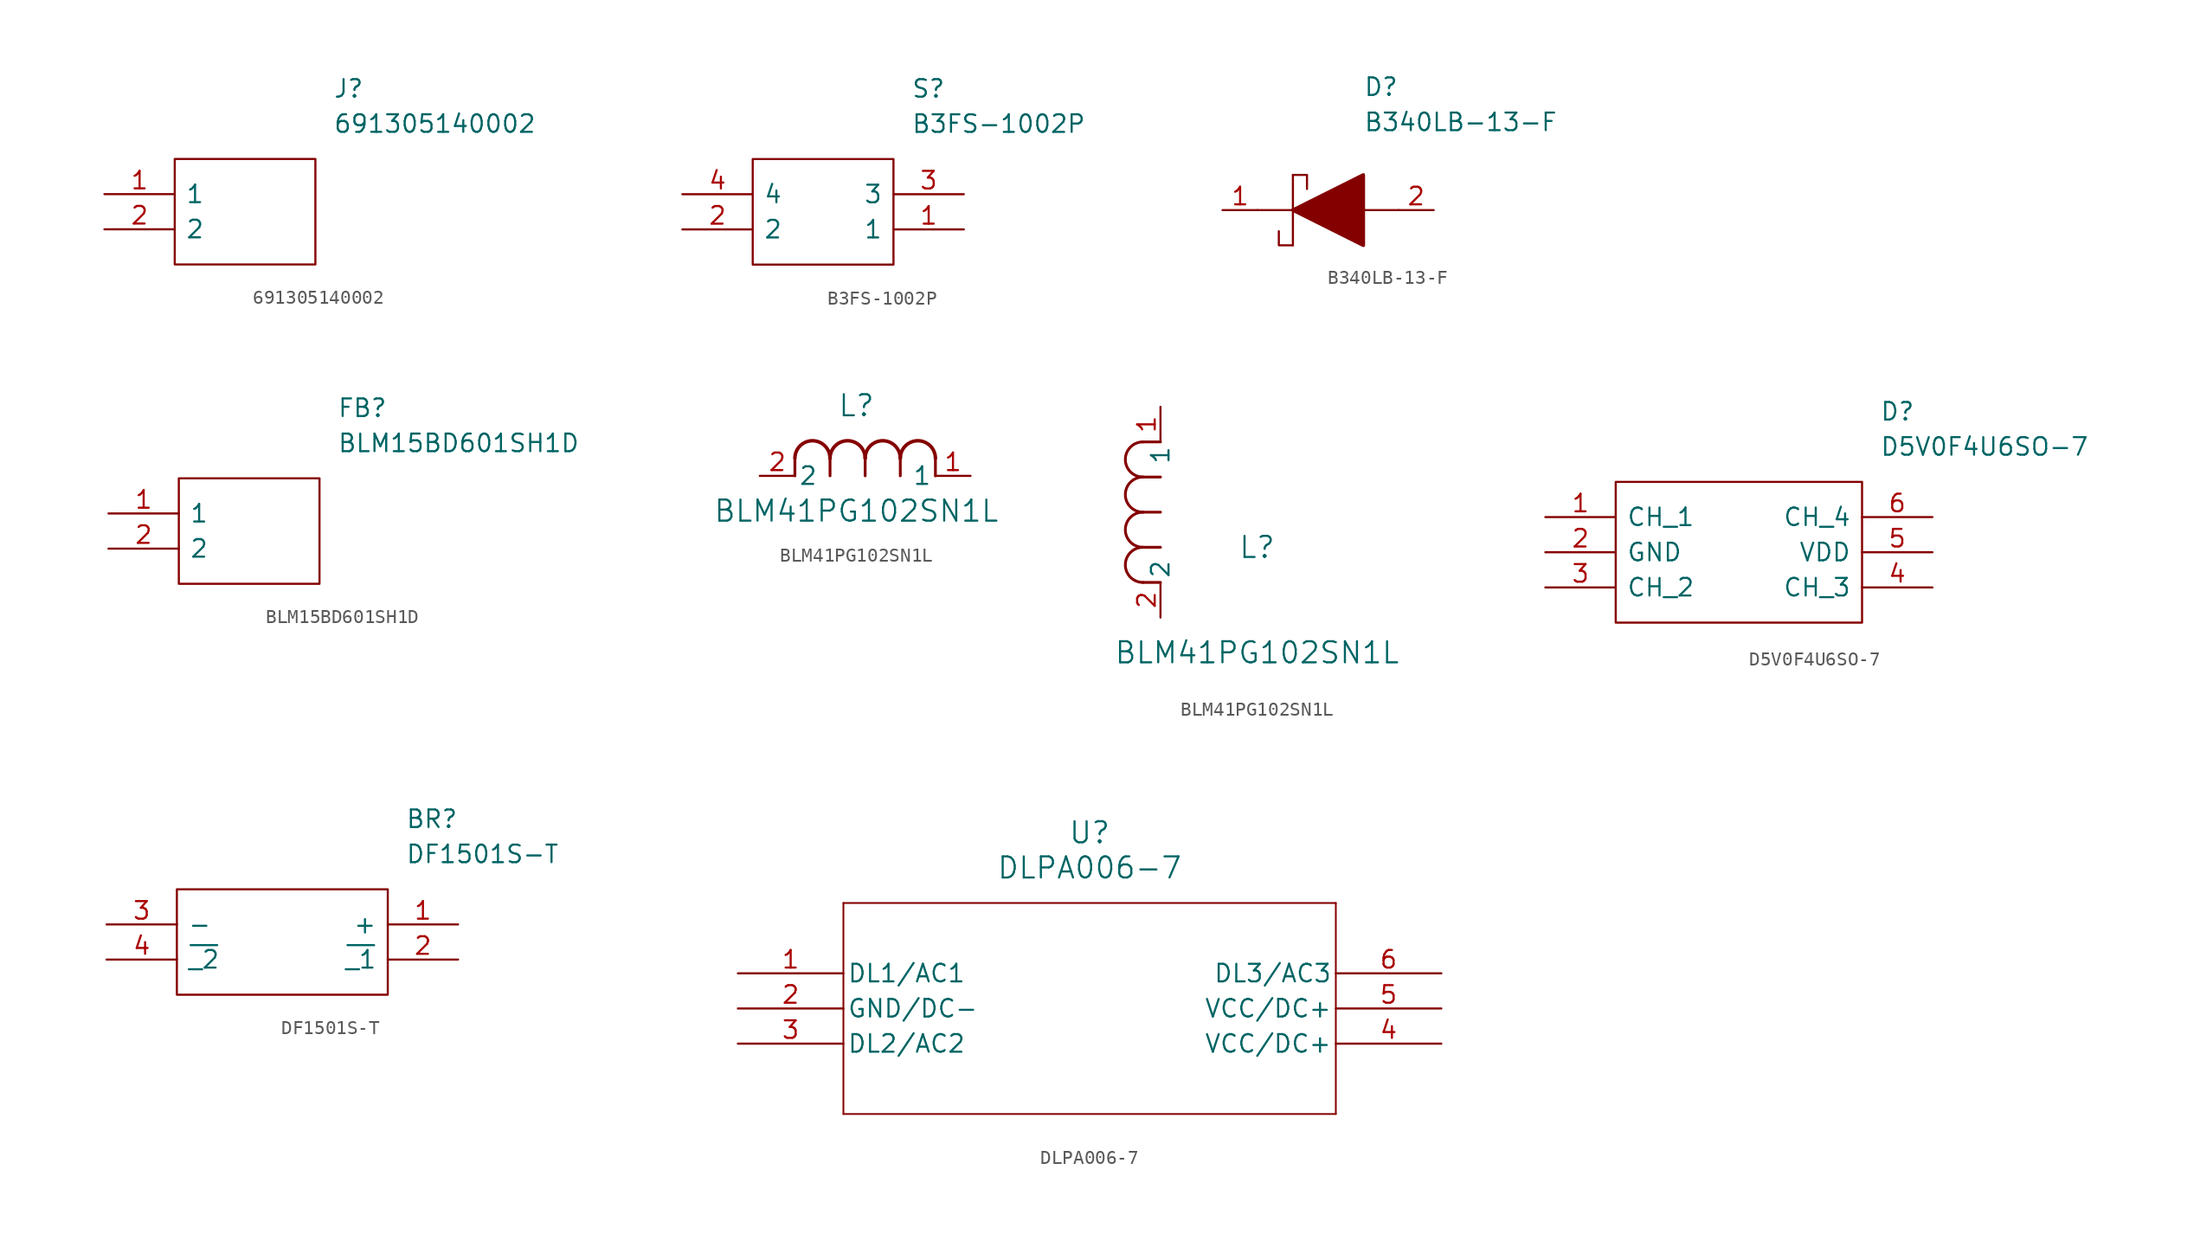
<source format=kicad_sym>
(kicad_symbol_lib
  (version 20231120)
  (generator "kicad_symbol_editor")
  (generator_version "8.0")
  (symbol "691305140002"
    (pin_names
      (offset 0.762))
    (property "Reference" "J"
      (at 16.51 7.62 0)
      (effects (font (size 1.27 1.27)) (justify left)))
    (property "Value" "691305140002"
      (at 16.51 5.08 0)
      (effects (font (size 1.27 1.27)) (justify left)))
    (symbol "691305140002_0_0"
      (pin passive line (at 0 0 0) (length 5.08) (name "1" (effects (font (size 1.27 1.27)))) (number "1" (effects (font (size 1.27 1.27)))))
      (pin passive line (at 0 -2.54 0) (length 5.08) (name "2" (effects (font (size 1.27 1.27)))) (number "2" (effects (font (size 1.27 1.27))))))
    (symbol "691305140002_0_1"
      (polyline (pts (xy 5.08 2.54) (xy 15.24 2.54) (xy 15.24 -5.08) (xy 5.08 -5.08) (xy 5.08 2.54)) (stroke (width 0.152) (type solid)) (fill (type none)))))
  (symbol "B3FS-1002P"
    (pin_names
      (offset 0.762))
    (property "Reference" "S"
      (at 16.51 7.62 0)
      (effects (font (size 1.27 1.27)) (justify left)))
    (property "Value" "B3FS-1002P"
      (at 16.51 5.08 0)
      (effects (font (size 1.27 1.27)) (justify left)))
    (symbol "B3FS-1002P_0_0"
      (pin passive line (at 20.32 -2.54 180) (length 5.08) (name "1" (effects (font (size 1.27 1.27)))) (number "1" (effects (font (size 1.27 1.27)))))
      (pin passive line (at 0 -2.54 0) (length 5.08) (name "2" (effects (font (size 1.27 1.27)))) (number "2" (effects (font (size 1.27 1.27)))))
      (pin passive line (at 20.32 0 180) (length 5.08) (name "3" (effects (font (size 1.27 1.27)))) (number "3" (effects (font (size 1.27 1.27)))))
      (pin passive line (at 0 0 0) (length 5.08) (name "4" (effects (font (size 1.27 1.27)))) (number "4" (effects (font (size 1.27 1.27))))))
    (symbol "B3FS-1002P_0_1"
      (polyline (pts (xy 5.08 2.54) (xy 15.24 2.54) (xy 15.24 -5.08) (xy 5.08 -5.08) (xy 5.08 2.54)) (stroke (width 0.152) (type solid)) (fill (type none)))))
  (symbol "B340LB-13-F"
    (pin_names
      (offset 0.762))
    (property "Reference" "D"
      (at 12.7 8.89 0)
      (effects (font (size 1.27 1.27)) (justify left)))
    (property "Value" "B340LB-13-F"
      (at 12.7 6.35 0)
      (effects (font (size 1.27 1.27)) (justify left)))
    (symbol "B340LB-13-F_0_0"
      (pin passive line (at 2.54 0 0) (length 2.54) (name "~" (effects (font (size 1.27 1.27)))) (number "1" (effects (font (size 1.27 1.27)))))
      (pin passive line (at 17.78 0 180) (length 2.54) (name "~" (effects (font (size 1.27 1.27)))) (number "2" (effects (font (size 1.27 1.27))))))
    (symbol "B340LB-13-F_0_1"
      (polyline (pts (xy 5.08 0) (xy 7.62 0)) (stroke (width 0.152) (type solid)) (fill (type none)))
      (polyline (pts (xy 7.62 2.54) (xy 7.62 -2.54)) (stroke (width 0.152) (type solid)) (fill (type none)))
      (polyline (pts (xy 12.7 0) (xy 15.24 0)) (stroke (width 0.152) (type solid)) (fill (type none)))
      (polyline (pts (xy 7.62 -2.54) (xy 6.604 -2.54) (xy 6.604 -1.524)) (stroke (width 0.152) (type solid)) (fill (type none)))
      (polyline (pts (xy 7.62 2.54) (xy 8.636 2.54) (xy 8.636 1.524)) (stroke (width 0.152) (type solid)) (fill (type none)))
      (polyline (pts (xy 7.62 0) (xy 12.7 2.54) (xy 12.7 -2.54) (xy 7.62 0)) (stroke (width 0.254) (type solid)) (fill (type outline)))))
  (symbol "BLM15BD601SH1D"
    (pin_names
      (offset 0.762))
    (property "Reference" "FB"
      (at 16.51 7.62 0)
      (effects (font (size 1.27 1.27)) (justify left)))
    (property "Value" "BLM15BD601SH1D"
      (at 16.51 5.08 0)
      (effects (font (size 1.27 1.27)) (justify left)))
    (symbol "BLM15BD601SH1D_0_0"
      (pin passive line (at 0 0 0) (length 5.08) (name "1" (effects (font (size 1.27 1.27)))) (number "1" (effects (font (size 1.27 1.27)))))
      (pin passive line (at 0 -2.54 0) (length 5.08) (name "2" (effects (font (size 1.27 1.27)))) (number "2" (effects (font (size 1.27 1.27))))))
    (symbol "BLM15BD601SH1D_0_1"
      (polyline (pts (xy 5.08 2.54) (xy 15.24 2.54) (xy 15.24 -5.08) (xy 5.08 -5.08) (xy 5.08 2.54)) (stroke (width 0.152) (type solid)) (fill (type none)))))
  (symbol "BLM41PG102SN1L"
    (pin_names
      (offset 0.254))
    (property "Reference" "L"
      (at 6.985 5.08 0)
      (effects (font (size 1.524 1.524))))
    (property "Value" "BLM41PG102SN1L"
      (at 6.985 -2.54 0)
      (effects (font (size 1.524 1.524))))
    (property "ki_locked" ""
      (at 0 0 0)
      (effects (font (size 1.27 1.27))))
    (symbol "BLM41PG102SN1L_1_1"
      (polyline (pts (xy 2.54 0) (xy 2.54 1.27)) (stroke (width 0.203) (type default)) (fill (type none)))
      (polyline (pts (xy 5.08 0) (xy 5.08 1.27)) (stroke (width 0.203) (type default)) (fill (type none)))
      (polyline (pts (xy 7.62 0) (xy 7.62 1.27)) (stroke (width 0.203) (type default)) (fill (type none)))
      (polyline (pts (xy 10.16 0) (xy 10.16 1.27)) (stroke (width 0.203) (type default)) (fill (type none)))
      (polyline (pts (xy 12.7 0) (xy 12.7 1.27)) (stroke (width 0.203) (type default)) (fill (type none)))
      (arc (start 5.08 1.27) (mid 3.81 2.5344) (end 2.54 1.27) (stroke (width 0.254) (type default)) (fill (type none)))
      (arc (start 7.62 1.27) (mid 6.35 2.5344) (end 5.08 1.27) (stroke (width 0.254) (type default)) (fill (type none)))
      (arc (start 10.16 1.27) (mid 8.89 2.5344) (end 7.62 1.27) (stroke (width 0.254) (type default)) (fill (type none)))
      (arc (start 12.7 1.27) (mid 11.43 2.5344) (end 10.16 1.27) (stroke (width 0.254) (type default)) (fill (type none)))
      (pin unspecified line (at 15.24 0 180) (length 2.54) (name "1" (effects (font (size 1.27 1.27)))) (number "1" (effects (font (size 1.27 1.27)))))
      (pin unspecified line (at 0 0 0) (length 2.54) (name "2" (effects (font (size 1.27 1.27)))) (number "2" (effects (font (size 1.27 1.27))))))
    (symbol "BLM41PG102SN1L_1_2"
      (arc (start -1.27 5.08) (mid -2.5344 3.81) (end -1.27 2.54) (stroke (width 0.2032) (type default)) (fill (type none)))
      (arc (start -1.27 7.62) (mid -2.5344 6.35) (end -1.27 5.08) (stroke (width 0.2032) (type default)) (fill (type none)))
      (arc (start -1.27 10.16) (mid -2.5344 8.89) (end -1.27 7.62) (stroke (width 0.2032) (type default)) (fill (type none)))
      (arc (start -1.27 12.7) (mid -2.5344 11.43) (end -1.27 10.16) (stroke (width 0.2032) (type default)) (fill (type none)))
      (polyline (pts (xy 0 2.54) (xy -1.27 2.54)) (stroke (width 0.203) (type default)) (fill (type none)))
      (polyline (pts (xy 0 5.08) (xy -1.27 5.08)) (stroke (width 0.203) (type default)) (fill (type none)))
      (polyline (pts (xy 0 7.62) (xy -1.27 7.62)) (stroke (width 0.203) (type default)) (fill (type none)))
      (polyline (pts (xy 0 10.16) (xy -1.27 10.16)) (stroke (width 0.203) (type default)) (fill (type none)))
      (polyline (pts (xy 0 12.7) (xy -1.27 12.7)) (stroke (width 0.203) (type default)) (fill (type none)))
      (pin unspecified line (at 0 15.24 270) (length 2.54) (name "1" (effects (font (size 1.27 1.27)))) (number "1" (effects (font (size 1.27 1.27)))))
      (pin unspecified line (at 0 0 90) (length 2.54) (name "2" (effects (font (size 1.27 1.27)))) (number "2" (effects (font (size 1.27 1.27)))))))
  (symbol "D5V0F4U6SO-7"
    (pin_names
      (offset 0.762))
    (property "Reference" "D"
      (at 24.13 7.62 0)
      (effects (font (size 1.27 1.27)) (justify left)))
    (property "Value" "D5V0F4U6SO-7"
      (at 24.13 5.08 0)
      (effects (font (size 1.27 1.27)) (justify left)))
    (symbol "D5V0F4U6SO-7_0_0"
      (pin passive line (at 0 0 0) (length 5.08) (name "CH_1" (effects (font (size 1.27 1.27)))) (number "1" (effects (font (size 1.27 1.27)))))
      (pin passive line (at 0 -2.54 0) (length 5.08) (name "GND" (effects (font (size 1.27 1.27)))) (number "2" (effects (font (size 1.27 1.27)))))
      (pin passive line (at 0 -5.08 0) (length 5.08) (name "CH_2" (effects (font (size 1.27 1.27)))) (number "3" (effects (font (size 1.27 1.27)))))
      (pin passive line (at 27.94 -5.08 180) (length 5.08) (name "CH_3" (effects (font (size 1.27 1.27)))) (number "4" (effects (font (size 1.27 1.27)))))
      (pin passive line (at 27.94 -2.54 180) (length 5.08) (name "VDD" (effects (font (size 1.27 1.27)))) (number "5" (effects (font (size 1.27 1.27)))))
      (pin passive line (at 27.94 0 180) (length 5.08) (name "CH_4" (effects (font (size 1.27 1.27)))) (number "6" (effects (font (size 1.27 1.27))))))
    (symbol "D5V0F4U6SO-7_0_1"
      (polyline (pts (xy 5.08 2.54) (xy 22.86 2.54) (xy 22.86 -7.62) (xy 5.08 -7.62) (xy 5.08 2.54)) (stroke (width 0.152) (type solid)) (fill (type none)))))
  (symbol "DF1501S-T"
    (pin_names
      (offset 0.762))
    (property "Reference" "BR"
      (at 21.59 7.62 0)
      (effects (font (size 1.27 1.27)) (justify left)))
    (property "Value" "DF1501S-T"
      (at 21.59 5.08 0)
      (effects (font (size 1.27 1.27)) (justify left)))
    (symbol "DF1501S-T_0_0"
      (pin passive line (at 25.4 0 180) (length 5.08) (name "+" (effects (font (size 1.27 1.27)))) (number "1" (effects (font (size 1.27 1.27)))))
      (pin passive line (at 25.4 -2.54 180) (length 5.08) (name "~{_1}" (effects (font (size 1.27 1.27)))) (number "2" (effects (font (size 1.27 1.27)))))
      (pin passive line (at 0 0 0) (length 5.08) (name "-" (effects (font (size 1.27 1.27)))) (number "3" (effects (font (size 1.27 1.27)))))
      (pin passive line (at 0 -2.54 0) (length 5.08) (name "~{_2}" (effects (font (size 1.27 1.27)))) (number "4" (effects (font (size 1.27 1.27))))))
    (symbol "DF1501S-T_0_1"
      (polyline (pts (xy 5.08 2.54) (xy 20.32 2.54) (xy 20.32 -5.08) (xy 5.08 -5.08) (xy 5.08 2.54)) (stroke (width 0.152) (type solid)) (fill (type none)))))
  (symbol "DLPA006-7"
    (pin_names
      (offset 0.254))
    (property "Reference" "U"
      (at 25.4 10.16 0)
      (effects (font (size 1.524 1.524))))
    (property "Value" "DLPA006-7"
      (at 25.4 7.62 0)
      (effects (font (size 1.524 1.524))))
    (property "ki_locked" ""
      (at 0 0 0)
      (effects (font (size 1.27 1.27))))
    (symbol "DLPA006-7_0_1"
      (polyline (pts (xy 7.62 -10.16) (xy 43.18 -10.16)) (stroke (width 0.127) (type default)) (fill (type none)))
      (polyline (pts (xy 7.62 5.08) (xy 7.62 -10.16)) (stroke (width 0.127) (type default)) (fill (type none)))
      (polyline (pts (xy 43.18 -10.16) (xy 43.18 5.08)) (stroke (width 0.127) (type default)) (fill (type none)))
      (polyline (pts (xy 43.18 5.08) (xy 7.62 5.08)) (stroke (width 0.127) (type default)) (fill (type none)))
      (pin unspecified line (at 0 0 0) (length 7.62) (name "DL1/AC1" (effects (font (size 1.27 1.27)))) (number "1" (effects (font (size 1.27 1.27)))))
      (pin unspecified line (at 0 -2.54 0) (length 7.62) (name "GND/DC-" (effects (font (size 1.27 1.27)))) (number "2" (effects (font (size 1.27 1.27)))))
      (pin unspecified line (at 0 -5.08 0) (length 7.62) (name "DL2/AC2" (effects (font (size 1.27 1.27)))) (number "3" (effects (font (size 1.27 1.27)))))
      (pin unspecified line (at 50.8 -5.08 180) (length 7.62) (name "VCC/DC+" (effects (font (size 1.27 1.27)))) (number "4" (effects (font (size 1.27 1.27)))))
      (pin unspecified line (at 50.8 -2.54 180) (length 7.62) (name "VCC/DC+" (effects (font (size 1.27 1.27)))) (number "5" (effects (font (size 1.27 1.27)))))
      (pin unspecified line (at 50.8 0 180) (length 7.62) (name "DL3/AC3" (effects (font (size 1.27 1.27)))) (number "6" (effects (font (size 1.27 1.27))))))))
</source>
